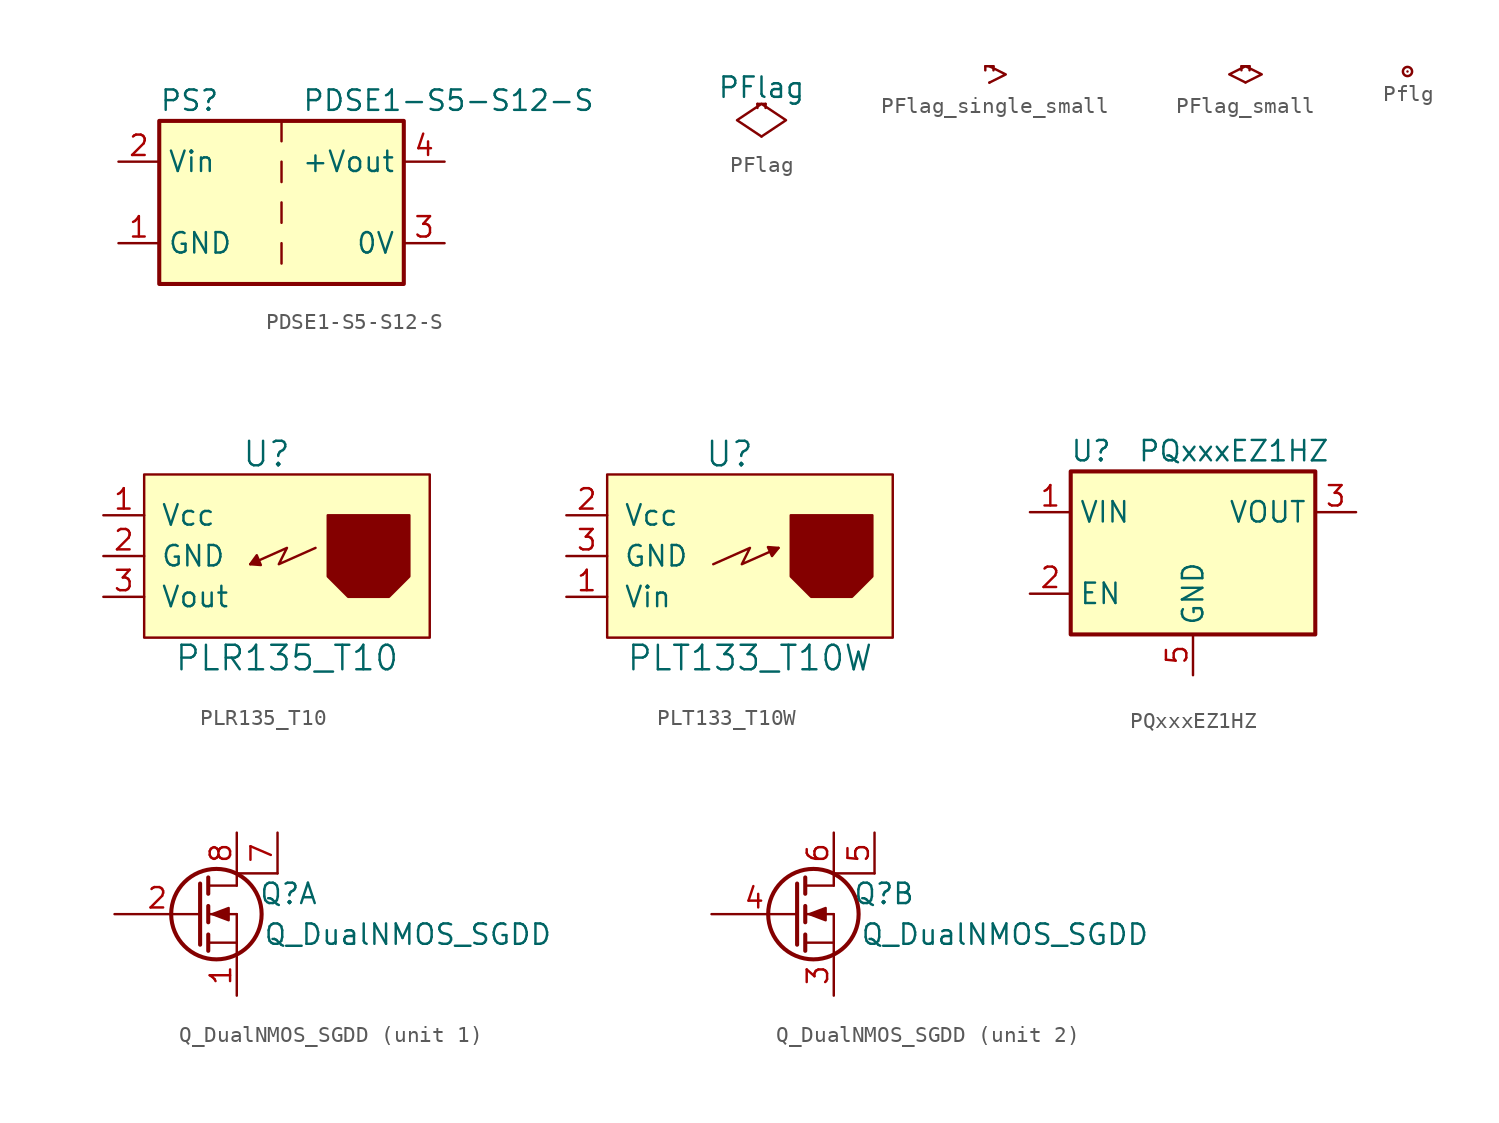
<source format=kicad_sym>
(kicad_symbol_lib
  (version 20220914)
  (generator kicad_symbol_editor)
  (symbol "PDSE1-S5-S12-S"
    (property "Reference" "PS"
      (at -7.62 6.35 0)
      (effects (font (size 1.27 1.27)) (justify left)))
    (property "Value" "PDSE1-S5-S12-S"
      (at 1.27 6.35 0)
      (effects (font (size 1.27 1.27)) (justify left)))
    (symbol "PDSE1-S5-S12-S_0_0"
      (pin power_in line (at -10.16 -2.54 0) (length 2.54) (name "GND" (effects (font (size 1.27 1.27)))) (number "1" (effects (font (size 1.27 1.27)))))
      (pin power_in line (at -10.16 2.54 0) (length 2.54) (name "Vin" (effects (font (size 1.27 1.27)))) (number "2" (effects (font (size 1.27 1.27)))))
      (pin power_out line (at 10.16 -2.54 180) (length 2.54) (name "0V" (effects (font (size 1.27 1.27)))) (number "3" (effects (font (size 1.27 1.27)))))
      (pin power_out line (at 10.16 2.54 180) (length 2.54) (name "+Vout" (effects (font (size 1.27 1.27)))) (number "4" (effects (font (size 1.27 1.27))))))
    (symbol "PDSE1-S5-S12-S_0_1"
      (rectangle (start -7.62 5.08) (end 7.62 -5.08) (stroke (width 0.254) (type solid)) (fill (type background)))
      (polyline (pts (xy 0 -2.54) (xy 0 -3.81)) (stroke (width 0) (type solid)) (fill (type none)))
      (polyline (pts (xy 0 0) (xy 0 -1.27)) (stroke (width 0) (type solid)) (fill (type none)))
      (polyline (pts (xy 0 2.54) (xy 0 1.27)) (stroke (width 0) (type solid)) (fill (type none)))
      (polyline (pts (xy 0 5.08) (xy 0 3.81)) (stroke (width 0) (type solid)) (fill (type none)))))
  (symbol "PFlag"
    (power)
    (pin_numbers hide)
    (pin_names
      (offset 0) hide)
    (property "Reference" "#FLG"
      (at 0 1.143 0)
      (effects (font (size 1.27 1.27)) hide))
    (property "Value" "PFlag"
      (at 0 3.048 0)
      (effects (font (size 1.27 1.27))))
    (property "Footprint" ""
      (at 0 0 0)
      (effects (font (size 1.27 1.27))))
    (property "Datasheet" ""
      (at 0 0 0)
      (effects (font (size 1.27 1.27))))
    (symbol "PFlag_0_0"
      (pin power_out line (at 0 0 90) (length 0) (name "pwr" (effects (font (size 0.508 0.508)))) (number "1" (effects (font (size 0.508 0.508))))))
    (symbol "PFlag_0_1"
      (polyline (pts (xy -0.254 2.032) (xy -0.254 1.778)) (stroke (width 0) (type solid)) (fill (type none)))
      (polyline (pts (xy -0.254 2.032) (xy 0.254 2.032)) (stroke (width 0) (type solid)) (fill (type none)))
      (polyline (pts (xy 0.254 2.032) (xy 0.254 1.778)) (stroke (width 0) (type solid)) (fill (type none)))
      (polyline (pts (xy 0 0) (xy -1.524 1.016) (xy 0 2.032) (xy 1.524 1.016) (xy 0 0)) (stroke (width 0) (type solid)) (fill (type none)))))
  (symbol "PFlag_single_small"
    (power)
    (pin_numbers hide)
    (pin_names
      (offset 0) hide)
    (property "Reference" "#FLG"
      (at 0 1.143 0)
      (effects (font (size 1.27 1.27)) hide))
    (property "Footprint" ""
      (at 0 0 0)
      (effects (font (size 1.27 1.27))))
    (property "Datasheet" ""
      (at 0 0 0)
      (effects (font (size 1.27 1.27))))
    (symbol "PFlag_single_small_0_0"
      (pin power_out line (at 0 0 90) (length 0) (name "pwr" (effects (font (size 0.508 0.508)))) (number "1" (effects (font (size 0.508 0.508))))))
    (symbol "PFlag_single_small_0_1"
      (polyline (pts (xy -0.254 1.016) (xy -0.254 0.762)) (stroke (width 0) (type solid)) (fill (type none)))
      (polyline (pts (xy -0.254 1.016) (xy 0.254 1.016)) (stroke (width 0) (type solid)) (fill (type none)))
      (polyline (pts (xy 0.254 1.016) (xy 0.254 0.762)) (stroke (width 0) (type solid)) (fill (type none)))
      (polyline (pts (xy 0 1.016) (xy 1.016 0.508) (xy 0 0)) (stroke (width 0) (type solid)) (fill (type none)))))
  (symbol "PFlag_small"
    (power)
    (pin_numbers hide)
    (pin_names
      (offset 0) hide)
    (property "Reference" "#FLG"
      (at 0 1.143 0)
      (effects (font (size 1.27 1.27)) hide))
    (property "Footprint" ""
      (at 0 0 0)
      (effects (font (size 1.27 1.27))))
    (property "Datasheet" ""
      (at 0 0 0)
      (effects (font (size 1.27 1.27))))
    (symbol "PFlag_small_0_0"
      (pin power_out line (at 0 0 90) (length 0) (name "pwr" (effects (font (size 0.508 0.508)))) (number "1" (effects (font (size 0.508 0.508))))))
    (symbol "PFlag_small_0_1"
      (polyline (pts (xy -0.254 1.016) (xy -0.254 0.762)) (stroke (width 0) (type solid)) (fill (type none)))
      (polyline (pts (xy -0.254 1.016) (xy 0.254 1.016)) (stroke (width 0) (type solid)) (fill (type none)))
      (polyline (pts (xy 0.254 1.016) (xy 0.254 0.762)) (stroke (width 0) (type solid)) (fill (type none)))
      (polyline (pts (xy 0 0) (xy -1.016 0.508) (xy 0 1.016) (xy 1.016 0.508) (xy 0 0)) (stroke (width 0) (type solid)) (fill (type none)))))
  (symbol "Pflg"
    (power)
    (pin_numbers hide)
    (pin_names
      (offset 0) hide)
    (property "Reference" "#FLG"
      (at 0 1.143 0)
      (effects (font (size 1.27 1.27)) hide))
    (property "Footprint" ""
      (at 0 0 0)
      (effects (font (size 1.27 1.27))))
    (property "Datasheet" ""
      (at 0 0 0)
      (effects (font (size 1.27 1.27))))
    (symbol "Pflg_0_0"
      (pin power_out line (at 0 0 90) (length 0) (name "pwr" (effects (font (size 0.508 0.508)))) (number "1" (effects (font (size 0.508 0.508))))))
    (symbol "Pflg_0_1"
      (circle (center 0 0) (radius 0.279) (stroke (width 0) (type solid)) (fill (type none)))))
  (symbol "PLR135_T10"
    (pin_names
      (offset 1.016))
    (property "Reference" "U"
      (at 0 6.35 0)
      (effects (font (size 1.524 1.524))))
    (property "Value" "PLR135_T10"
      (at 1.27 -6.35 0)
      (effects (font (size 1.524 1.524))))
    (property "Footprint" ""
      (at -5.08 0 0)
      (effects (font (size 1.524 1.524))))
    (property "Datasheet" ""
      (at -5.08 0 0)
      (effects (font (size 1.524 1.524))))
    (symbol "PLR135_T10_0_1"
      (rectangle (start -7.62 5.08) (end 10.16 -5.08) (stroke (width 0) (type solid)) (fill (type background)))
      (polyline (pts (xy -1.016 -0.508) (xy -0.61 0.051) (xy -0.356 -0.559) (xy -1.016 -0.508)) (stroke (width 0) (type solid)) (fill (type outline)))
      (polyline (pts (xy -1.016 -0.508) (xy 1.27 0.508) (xy 0.762 -0.508) (xy 3.048 0.508)) (stroke (width 0) (type solid)) (fill (type none)))
      (polyline (pts (xy 8.89 2.54) (xy 8.89 -1.27) (xy 7.62 -2.54) (xy 5.08 -2.54) (xy 3.81 -1.27) (xy 3.81 2.54) (xy 8.89 2.54)) (stroke (width 0) (type solid)) (fill (type outline))))
    (symbol "PLR135_T10_1_1"
      (pin power_in line (at -10.16 2.54 0) (length 2.54) (name "Vcc" (effects (font (size 1.27 1.27)))) (number "1" (effects (font (size 1.27 1.27)))))
      (pin power_in line (at -10.16 0 0) (length 2.54) (name "GND" (effects (font (size 1.27 1.27)))) (number "2" (effects (font (size 1.27 1.27)))))
      (pin input line (at -10.16 -2.54 0) (length 2.54) (name "Vout" (effects (font (size 1.27 1.27)))) (number "3" (effects (font (size 1.27 1.27)))))))
  (symbol "PLT133_T10W"
    (pin_names
      (offset 1.016))
    (property "Reference" "U"
      (at 0 6.35 0)
      (effects (font (size 1.524 1.524))))
    (property "Value" "PLT133_T10W"
      (at 1.27 -6.35 0)
      (effects (font (size 1.524 1.524))))
    (property "Footprint" ""
      (at -5.08 0 0)
      (effects (font (size 1.524 1.524))))
    (property "Datasheet" ""
      (at -5.08 0 0)
      (effects (font (size 1.524 1.524))))
    (symbol "PLT133_T10W_0_1"
      (rectangle (start -7.62 5.08) (end 10.16 -5.08) (stroke (width 0) (type solid)) (fill (type background)))
      (polyline (pts (xy -1.016 -0.508) (xy 1.27 0.508) (xy 0.762 -0.508) (xy 3.048 0.508)) (stroke (width 0) (type solid)) (fill (type none)))
      (polyline (pts (xy 3.048 0.508) (xy 2.388 0.559) (xy 2.642 0) (xy 3.048 0.508)) (stroke (width 0) (type solid)) (fill (type outline)))
      (polyline (pts (xy 8.89 2.54) (xy 8.89 -1.27) (xy 7.62 -2.54) (xy 5.08 -2.54) (xy 3.81 -1.27) (xy 3.81 2.54) (xy 8.89 2.54)) (stroke (width 0) (type solid)) (fill (type outline))))
    (symbol "PLT133_T10W_1_1"
      (pin input line (at -10.16 -2.54 0) (length 2.54) (name "Vin" (effects (font (size 1.27 1.27)))) (number "1" (effects (font (size 1.27 1.27)))))
      (pin power_in line (at -10.16 2.54 0) (length 2.54) (name "Vcc" (effects (font (size 1.27 1.27)))) (number "2" (effects (font (size 1.27 1.27)))))
      (pin power_in line (at -10.16 0 0) (length 2.54) (name "GND" (effects (font (size 1.27 1.27)))) (number "3" (effects (font (size 1.27 1.27)))))))
  (symbol "PQxxxEZ1HZ"
    (property "Reference" "U"
      (at -6.35 6.35 0)
      (effects (font (size 1.27 1.27))))
    (property "Value" "PQxxxEZ1HZ"
      (at 2.54 6.35 0)
      (effects (font (size 1.27 1.27))))
    (symbol "PQxxxEZ1HZ_1_1"
      (rectangle (start -7.62 5.08) (end 7.62 -5.08) (stroke (width 0.254) (type solid)) (fill (type background)))
      (pin power_in line (at -10.16 2.54 0) (length 2.54) (name "VIN" (effects (font (size 1.27 1.27)))) (number "1" (effects (font (size 1.27 1.27)))))
      (pin input line (at -10.16 -2.54 0) (length 2.54) (name "EN" (effects (font (size 1.27 1.27)))) (number "2" (effects (font (size 1.27 1.27)))))
      (pin power_out line (at 10.16 2.54 180) (length 2.54) (name "VOUT" (effects (font (size 1.27 1.27)))) (number "3" (effects (font (size 1.27 1.27)))))
      (pin no_connect line (at 10.16 -2.54 180) (length 2.54) hide (name "NC" (effects (font (size 1.27 1.27)))) (number "4" (effects (font (size 1.27 1.27)))))
      (pin power_in line (at 0 -7.62 90) (length 2.54) (name "GND" (effects (font (size 1.27 1.27)))) (number "5" (effects (font (size 1.27 1.27)))))))
  (symbol "Q_DualNMOS_SGDD"
    (pin_names
      (offset 0) hide)
    (property "Reference" "Q"
      (at 7.62 1.27 0)
      (effects (font (size 1.27 1.27)) (justify right)))
    (property "Value" "Q_DualNMOS_SGDD"
      (at 22.225 -1.27 0)
      (effects (font (size 1.27 1.27)) (justify right)))
    (property "Footprint" ""
      (at 5.08 2.54 0)
      (effects (font (size 1.27 1.27))))
    (property "Datasheet" ""
      (at 0 0 0)
      (effects (font (size 1.27 1.27))))
    (symbol "Q_DualNMOS_SGDD_0_1"
      (polyline (pts (xy 0.762 -1.778) (xy 2.54 -1.778)) (stroke (width 0) (type solid)) (fill (type none)))
      (polyline (pts (xy 0.762 -1.27) (xy 0.762 -2.286)) (stroke (width 0.254) (type solid)) (fill (type none)))
      (polyline (pts (xy 0.762 0) (xy 2.54 0)) (stroke (width 0) (type solid)) (fill (type none)))
      (polyline (pts (xy 0.762 0.508) (xy 0.762 -0.508)) (stroke (width 0.254) (type solid)) (fill (type none)))
      (polyline (pts (xy 0.762 1.778) (xy 2.54 1.778)) (stroke (width 0) (type solid)) (fill (type none)))
      (polyline (pts (xy 0.762 2.286) (xy 0.762 1.27)) (stroke (width 0.254) (type solid)) (fill (type none)))
      (polyline (pts (xy 2.54 -1.778) (xy 2.54 -2.54)) (stroke (width 0) (type solid)) (fill (type none)))
      (polyline (pts (xy 2.54 -1.778) (xy 2.54 0)) (stroke (width 0) (type solid)) (fill (type none)))
      (polyline (pts (xy 2.54 2.54) (xy 2.54 1.778)) (stroke (width 0) (type solid)) (fill (type none)))
      (polyline (pts (xy 2.54 2.54) (xy 5.08 2.54)) (stroke (width 0) (type solid)) (fill (type none)))
      (polyline (pts (xy 0.254 1.905) (xy 0.254 -1.905) (xy 0.254 -1.905)) (stroke (width 0.254) (type solid)) (fill (type none)))
      (polyline (pts (xy 1.016 0) (xy 2.032 0.381) (xy 2.032 -0.381) (xy 1.016 0)) (stroke (width 0) (type solid)) (fill (type outline)))
      (circle (center 1.27 0) (radius 2.819) (stroke (width 0.254) (type solid)) (fill (type none))))
    (symbol "Q_DualNMOS_SGDD_1_1"
      (pin passive line (at 2.54 -5.08 90) (length 2.54) (name "S" (effects (font (size 1.27 1.27)))) (number "1" (effects (font (size 1.27 1.27)))))
      (pin input line (at -5.08 0 0) (length 5.334) (name "G" (effects (font (size 1.27 1.27)))) (number "2" (effects (font (size 1.27 1.27)))))
      (pin passive line (at 5.08 5.08 270) (length 2.54) (name "D" (effects (font (size 1.27 1.27)))) (number "7" (effects (font (size 1.27 1.27)))))
      (pin passive line (at 2.54 5.08 270) (length 2.54) (name "D" (effects (font (size 1.27 1.27)))) (number "8" (effects (font (size 1.27 1.27))))))
    (symbol "Q_DualNMOS_SGDD_2_1"
      (pin passive line (at 2.54 -5.08 90) (length 2.54) (name "S" (effects (font (size 1.27 1.27)))) (number "3" (effects (font (size 1.27 1.27)))))
      (pin input line (at -5.08 0 0) (length 5.334) (name "G" (effects (font (size 1.27 1.27)))) (number "4" (effects (font (size 1.27 1.27)))))
      (pin passive line (at 5.08 5.08 270) (length 2.54) (name "D" (effects (font (size 1.27 1.27)))) (number "5" (effects (font (size 1.27 1.27)))))
      (pin passive line (at 2.54 5.08 270) (length 2.54) (name "D" (effects (font (size 1.27 1.27)))) (number "6" (effects (font (size 1.27 1.27))))))))
</source>
